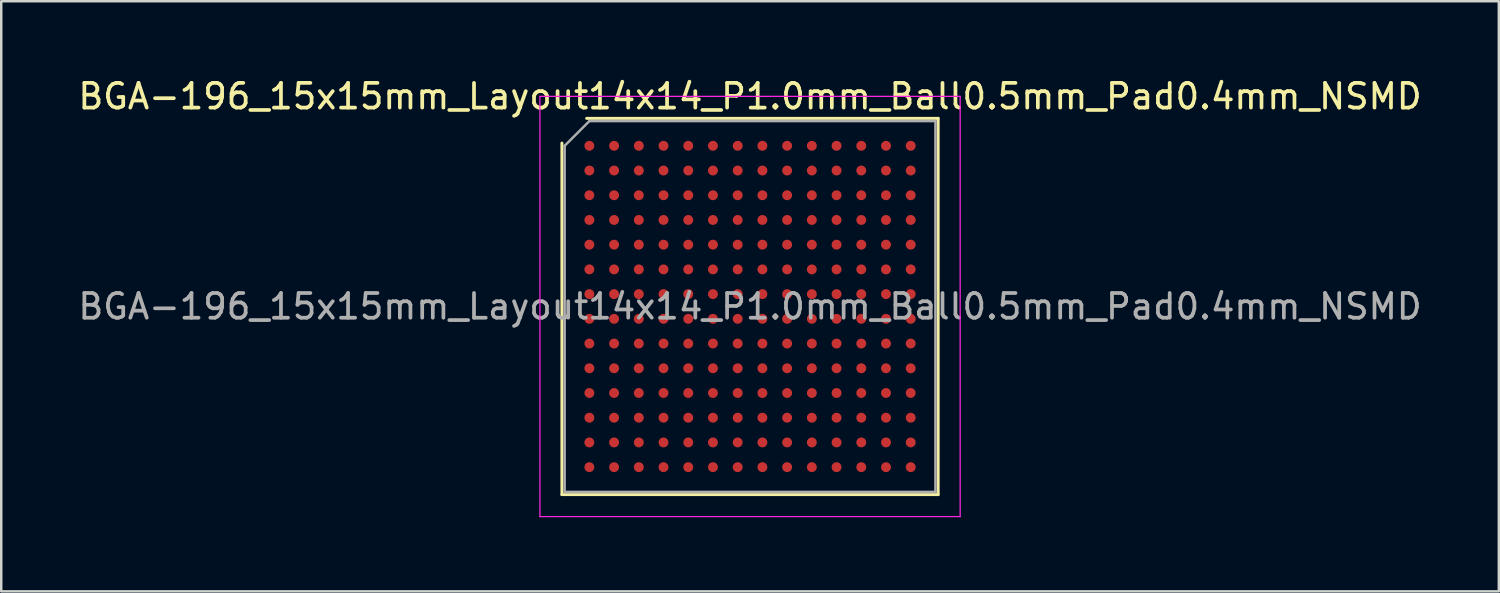
<source format=kicad_pcb>
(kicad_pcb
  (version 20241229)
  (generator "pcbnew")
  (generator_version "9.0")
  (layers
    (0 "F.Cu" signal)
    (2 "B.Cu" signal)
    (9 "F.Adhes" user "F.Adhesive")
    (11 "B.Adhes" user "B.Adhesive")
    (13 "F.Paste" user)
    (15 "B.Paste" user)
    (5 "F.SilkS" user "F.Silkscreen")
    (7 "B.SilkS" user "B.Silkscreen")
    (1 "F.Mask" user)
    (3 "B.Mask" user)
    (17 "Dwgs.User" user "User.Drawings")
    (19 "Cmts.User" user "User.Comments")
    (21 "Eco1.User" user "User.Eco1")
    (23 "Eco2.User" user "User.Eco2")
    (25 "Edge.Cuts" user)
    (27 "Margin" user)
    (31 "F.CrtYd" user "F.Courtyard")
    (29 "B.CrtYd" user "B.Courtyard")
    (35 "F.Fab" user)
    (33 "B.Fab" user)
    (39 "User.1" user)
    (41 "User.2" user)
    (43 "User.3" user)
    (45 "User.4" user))
  (footprint "BGA-196_15x15mm_Layout14x14_P1.0mm_Ball0.5mm_Pad0.4mm_NSMD"
    (layer "F.Cu")
    (at 27.292 9.348)
    (property "Reference" "BGA-196_15x15mm_Layout14x14_P1.0mm_Ball0.5mm_Pad0.4mm_NSMD" (at 0 -8.5 0) (layer "F.SilkS") (effects (font (size 1 1) (thickness 0.15))))
    (attr smd)
    (fp_line (start -7.61 7.61) (end -7.61 -6.61) (stroke (width 0.12) (type solid)) (layer "F.SilkS"))
    (fp_line (start -6.61 -7.61) (end 7.61 -7.61) (stroke (width 0.12) (type solid)) (layer "F.SilkS"))
    (fp_line (start 7.61 -7.61) (end 7.61 7.61) (stroke (width 0.12) (type solid)) (layer "F.SilkS"))
    (fp_line (start 7.61 7.61) (end -7.61 7.61) (stroke (width 0.12) (type solid)) (layer "F.SilkS"))
    (fp_line (start -8.5 -8.5) (end -8.5 8.5) (stroke (width 0.05) (type solid)) (layer "F.CrtYd"))
    (fp_line (start -8.5 8.5) (end 8.5 8.5) (stroke (width 0.05) (type solid)) (layer "F.CrtYd"))
    (fp_line (start 8.5 -8.5) (end -8.5 -8.5) (stroke (width 0.05) (type solid)) (layer "F.CrtYd"))
    (fp_line (start 8.5 8.5) (end 8.5 -8.5) (stroke (width 0.05) (type solid)) (layer "F.CrtYd"))
    (fp_line (start -7.5 -6.5) (end -6.5 -7.5) (stroke (width 0.1) (type solid)) (layer "F.Fab"))
    (fp_line (start -7.5 7.5) (end -7.5 -6.5) (stroke (width 0.1) (type solid)) (layer "F.Fab"))
    (fp_line (start -6.5 -7.5) (end 7.5 -7.5) (stroke (width 0.1) (type solid)) (layer "F.Fab"))
    (fp_line (start 7.5 -7.5) (end 7.5 7.5) (stroke (width 0.1) (type solid)) (layer "F.Fab"))
    (fp_line (start 7.5 7.5) (end -7.5 7.5) (stroke (width 0.1) (type solid)) (layer "F.Fab"))
    (fp_text user "${REFERENCE}" (at 0 0 0) (layer "F.Fab") (effects (font (size 1 1) (thickness 0.15))))
    (pad "A1" smd circle (at -6.5 -6.5) (size 0.4 0.4) (layers "F.Cu" "F.Mask" "F.Paste"))
    (pad "A2" smd circle (at -5.5 -6.5) (size 0.4 0.4) (layers "F.Cu" "F.Mask" "F.Paste"))
    (pad "A3" smd circle (at -4.5 -6.5) (size 0.4 0.4) (layers "F.Cu" "F.Mask" "F.Paste"))
    (pad "A4" smd circle (at -3.5 -6.5) (size 0.4 0.4) (layers "F.Cu" "F.Mask" "F.Paste"))
    (pad "A5" smd circle (at -2.5 -6.5) (size 0.4 0.4) (layers "F.Cu" "F.Mask" "F.Paste"))
    (pad "A6" smd circle (at -1.5 -6.5) (size 0.4 0.4) (layers "F.Cu" "F.Mask" "F.Paste"))
    (pad "A7" smd circle (at -0.5 -6.5) (size 0.4 0.4) (layers "F.Cu" "F.Mask" "F.Paste"))
    (pad "A8" smd circle (at 0.5 -6.5) (size 0.4 0.4) (layers "F.Cu" "F.Mask" "F.Paste"))
    (pad "A9" smd circle (at 1.5 -6.5) (size 0.4 0.4) (layers "F.Cu" "F.Mask" "F.Paste"))
    (pad "A10" smd circle (at 2.5 -6.5) (size 0.4 0.4) (layers "F.Cu" "F.Mask" "F.Paste"))
    (pad "A11" smd circle (at 3.5 -6.5) (size 0.4 0.4) (layers "F.Cu" "F.Mask" "F.Paste"))
    (pad "A12" smd circle (at 4.5 -6.5) (size 0.4 0.4) (layers "F.Cu" "F.Mask" "F.Paste"))
    (pad "A13" smd circle (at 5.5 -6.5) (size 0.4 0.4) (layers "F.Cu" "F.Mask" "F.Paste"))
    (pad "A14" smd circle (at 6.5 -6.5) (size 0.4 0.4) (layers "F.Cu" "F.Mask" "F.Paste"))
    (pad "B1" smd circle (at -6.5 -5.5) (size 0.4 0.4) (layers "F.Cu" "F.Mask" "F.Paste"))
    (pad "B2" smd circle (at -5.5 -5.5) (size 0.4 0.4) (layers "F.Cu" "F.Mask" "F.Paste"))
    (pad "B3" smd circle (at -4.5 -5.5) (size 0.4 0.4) (layers "F.Cu" "F.Mask" "F.Paste"))
    (pad "B4" smd circle (at -3.5 -5.5) (size 0.4 0.4) (layers "F.Cu" "F.Mask" "F.Paste"))
    (pad "B5" smd circle (at -2.5 -5.5) (size 0.4 0.4) (layers "F.Cu" "F.Mask" "F.Paste"))
    (pad "B6" smd circle (at -1.5 -5.5) (size 0.4 0.4) (layers "F.Cu" "F.Mask" "F.Paste"))
    (pad "B7" smd circle (at -0.5 -5.5) (size 0.4 0.4) (layers "F.Cu" "F.Mask" "F.Paste"))
    (pad "B8" smd circle (at 0.5 -5.5) (size 0.4 0.4) (layers "F.Cu" "F.Mask" "F.Paste"))
    (pad "B9" smd circle (at 1.5 -5.5) (size 0.4 0.4) (layers "F.Cu" "F.Mask" "F.Paste"))
    (pad "B10" smd circle (at 2.5 -5.5) (size 0.4 0.4) (layers "F.Cu" "F.Mask" "F.Paste"))
    (pad "B11" smd circle (at 3.5 -5.5) (size 0.4 0.4) (layers "F.Cu" "F.Mask" "F.Paste"))
    (pad "B12" smd circle (at 4.5 -5.5) (size 0.4 0.4) (layers "F.Cu" "F.Mask" "F.Paste"))
    (pad "B13" smd circle (at 5.5 -5.5) (size 0.4 0.4) (layers "F.Cu" "F.Mask" "F.Paste"))
    (pad "B14" smd circle (at 6.5 -5.5) (size 0.4 0.4) (layers "F.Cu" "F.Mask" "F.Paste"))
    (pad "C1" smd circle (at -6.5 -4.5) (size 0.4 0.4) (layers "F.Cu" "F.Mask" "F.Paste"))
    (pad "C2" smd circle (at -5.5 -4.5) (size 0.4 0.4) (layers "F.Cu" "F.Mask" "F.Paste"))
    (pad "C3" smd circle (at -4.5 -4.5) (size 0.4 0.4) (layers "F.Cu" "F.Mask" "F.Paste"))
    (pad "C4" smd circle (at -3.5 -4.5) (size 0.4 0.4) (layers "F.Cu" "F.Mask" "F.Paste"))
    (pad "C5" smd circle (at -2.5 -4.5) (size 0.4 0.4) (layers "F.Cu" "F.Mask" "F.Paste"))
    (pad "C6" smd circle (at -1.5 -4.5) (size 0.4 0.4) (layers "F.Cu" "F.Mask" "F.Paste"))
    (pad "C7" smd circle (at -0.5 -4.5) (size 0.4 0.4) (layers "F.Cu" "F.Mask" "F.Paste"))
    (pad "C8" smd circle (at 0.5 -4.5) (size 0.4 0.4) (layers "F.Cu" "F.Mask" "F.Paste"))
    (pad "C9" smd circle (at 1.5 -4.5) (size 0.4 0.4) (layers "F.Cu" "F.Mask" "F.Paste"))
    (pad "C10" smd circle (at 2.5 -4.5) (size 0.4 0.4) (layers "F.Cu" "F.Mask" "F.Paste"))
    (pad "C11" smd circle (at 3.5 -4.5) (size 0.4 0.4) (layers "F.Cu" "F.Mask" "F.Paste"))
    (pad "C12" smd circle (at 4.5 -4.5) (size 0.4 0.4) (layers "F.Cu" "F.Mask" "F.Paste"))
    (pad "C13" smd circle (at 5.5 -4.5) (size 0.4 0.4) (layers "F.Cu" "F.Mask" "F.Paste"))
    (pad "C14" smd circle (at 6.5 -4.5) (size 0.4 0.4) (layers "F.Cu" "F.Mask" "F.Paste"))
    (pad "D1" smd circle (at -6.5 -3.5) (size 0.4 0.4) (layers "F.Cu" "F.Mask" "F.Paste"))
    (pad "D2" smd circle (at -5.5 -3.5) (size 0.4 0.4) (layers "F.Cu" "F.Mask" "F.Paste"))
    (pad "D3" smd circle (at -4.5 -3.5) (size 0.4 0.4) (layers "F.Cu" "F.Mask" "F.Paste"))
    (pad "D4" smd circle (at -3.5 -3.5) (size 0.4 0.4) (layers "F.Cu" "F.Mask" "F.Paste"))
    (pad "D5" smd circle (at -2.5 -3.5) (size 0.4 0.4) (layers "F.Cu" "F.Mask" "F.Paste"))
    (pad "D6" smd circle (at -1.5 -3.5) (size 0.4 0.4) (layers "F.Cu" "F.Mask" "F.Paste"))
    (pad "D7" smd circle (at -0.5 -3.5) (size 0.4 0.4) (layers "F.Cu" "F.Mask" "F.Paste"))
    (pad "D8" smd circle (at 0.5 -3.5) (size 0.4 0.4) (layers "F.Cu" "F.Mask" "F.Paste"))
    (pad "D9" smd circle (at 1.5 -3.5) (size 0.4 0.4) (layers "F.Cu" "F.Mask" "F.Paste"))
    (pad "D10" smd circle (at 2.5 -3.5) (size 0.4 0.4) (layers "F.Cu" "F.Mask" "F.Paste"))
    (pad "D11" smd circle (at 3.5 -3.5) (size 0.4 0.4) (layers "F.Cu" "F.Mask" "F.Paste"))
    (pad "D12" smd circle (at 4.5 -3.5) (size 0.4 0.4) (layers "F.Cu" "F.Mask" "F.Paste"))
    (pad "D13" smd circle (at 5.5 -3.5) (size 0.4 0.4) (layers "F.Cu" "F.Mask" "F.Paste"))
    (pad "D14" smd circle (at 6.5 -3.5) (size 0.4 0.4) (layers "F.Cu" "F.Mask" "F.Paste"))
    (pad "E1" smd circle (at -6.5 -2.5) (size 0.4 0.4) (layers "F.Cu" "F.Mask" "F.Paste"))
    (pad "E2" smd circle (at -5.5 -2.5) (size 0.4 0.4) (layers "F.Cu" "F.Mask" "F.Paste"))
    (pad "E3" smd circle (at -4.5 -2.5) (size 0.4 0.4) (layers "F.Cu" "F.Mask" "F.Paste"))
    (pad "E4" smd circle (at -3.5 -2.5) (size 0.4 0.4) (layers "F.Cu" "F.Mask" "F.Paste"))
    (pad "E5" smd circle (at -2.5 -2.5) (size 0.4 0.4) (layers "F.Cu" "F.Mask" "F.Paste"))
    (pad "E6" smd circle (at -1.5 -2.5) (size 0.4 0.4) (layers "F.Cu" "F.Mask" "F.Paste"))
    (pad "E7" smd circle (at -0.5 -2.5) (size 0.4 0.4) (layers "F.Cu" "F.Mask" "F.Paste"))
    (pad "E8" smd circle (at 0.5 -2.5) (size 0.4 0.4) (layers "F.Cu" "F.Mask" "F.Paste"))
    (pad "E9" smd circle (at 1.5 -2.5) (size 0.4 0.4) (layers "F.Cu" "F.Mask" "F.Paste"))
    (pad "E10" smd circle (at 2.5 -2.5) (size 0.4 0.4) (layers "F.Cu" "F.Mask" "F.Paste"))
    (pad "E11" smd circle (at 3.5 -2.5) (size 0.4 0.4) (layers "F.Cu" "F.Mask" "F.Paste"))
    (pad "E12" smd circle (at 4.5 -2.5) (size 0.4 0.4) (layers "F.Cu" "F.Mask" "F.Paste"))
    (pad "E13" smd circle (at 5.5 -2.5) (size 0.4 0.4) (layers "F.Cu" "F.Mask" "F.Paste"))
    (pad "E14" smd circle (at 6.5 -2.5) (size 0.4 0.4) (layers "F.Cu" "F.Mask" "F.Paste"))
    (pad "F1" smd circle (at -6.5 -1.5) (size 0.4 0.4) (layers "F.Cu" "F.Mask" "F.Paste"))
    (pad "F2" smd circle (at -5.5 -1.5) (size 0.4 0.4) (layers "F.Cu" "F.Mask" "F.Paste"))
    (pad "F3" smd circle (at -4.5 -1.5) (size 0.4 0.4) (layers "F.Cu" "F.Mask" "F.Paste"))
    (pad "F4" smd circle (at -3.5 -1.5) (size 0.4 0.4) (layers "F.Cu" "F.Mask" "F.Paste"))
    (pad "F5" smd circle (at -2.5 -1.5) (size 0.4 0.4) (layers "F.Cu" "F.Mask" "F.Paste"))
    (pad "F6" smd circle (at -1.5 -1.5) (size 0.4 0.4) (layers "F.Cu" "F.Mask" "F.Paste"))
    (pad "F7" smd circle (at -0.5 -1.5) (size 0.4 0.4) (layers "F.Cu" "F.Mask" "F.Paste"))
    (pad "F8" smd circle (at 0.5 -1.5) (size 0.4 0.4) (layers "F.Cu" "F.Mask" "F.Paste"))
    (pad "F9" smd circle (at 1.5 -1.5) (size 0.4 0.4) (layers "F.Cu" "F.Mask" "F.Paste"))
    (pad "F10" smd circle (at 2.5 -1.5) (size 0.4 0.4) (layers "F.Cu" "F.Mask" "F.Paste"))
    (pad "F11" smd circle (at 3.5 -1.5) (size 0.4 0.4) (layers "F.Cu" "F.Mask" "F.Paste"))
    (pad "F12" smd circle (at 4.5 -1.5) (size 0.4 0.4) (layers "F.Cu" "F.Mask" "F.Paste"))
    (pad "F13" smd circle (at 5.5 -1.5) (size 0.4 0.4) (layers "F.Cu" "F.Mask" "F.Paste"))
    (pad "F14" smd circle (at 6.5 -1.5) (size 0.4 0.4) (layers "F.Cu" "F.Mask" "F.Paste"))
    (pad "G1" smd circle (at -6.5 -0.5) (size 0.4 0.4) (layers "F.Cu" "F.Mask" "F.Paste"))
    (pad "G2" smd circle (at -5.5 -0.5) (size 0.4 0.4) (layers "F.Cu" "F.Mask" "F.Paste"))
    (pad "G3" smd circle (at -4.5 -0.5) (size 0.4 0.4) (layers "F.Cu" "F.Mask" "F.Paste"))
    (pad "G4" smd circle (at -3.5 -0.5) (size 0.4 0.4) (layers "F.Cu" "F.Mask" "F.Paste"))
    (pad "G5" smd circle (at -2.5 -0.5) (size 0.4 0.4) (layers "F.Cu" "F.Mask" "F.Paste"))
    (pad "G6" smd circle (at -1.5 -0.5) (size 0.4 0.4) (layers "F.Cu" "F.Mask" "F.Paste"))
    (pad "G7" smd circle (at -0.5 -0.5) (size 0.4 0.4) (layers "F.Cu" "F.Mask" "F.Paste"))
    (pad "G8" smd circle (at 0.5 -0.5) (size 0.4 0.4) (layers "F.Cu" "F.Mask" "F.Paste"))
    (pad "G9" smd circle (at 1.5 -0.5) (size 0.4 0.4) (layers "F.Cu" "F.Mask" "F.Paste"))
    (pad "G10" smd circle (at 2.5 -0.5) (size 0.4 0.4) (layers "F.Cu" "F.Mask" "F.Paste"))
    (pad "G11" smd circle (at 3.5 -0.5) (size 0.4 0.4) (layers "F.Cu" "F.Mask" "F.Paste"))
    (pad "G12" smd circle (at 4.5 -0.5) (size 0.4 0.4) (layers "F.Cu" "F.Mask" "F.Paste"))
    (pad "G13" smd circle (at 5.5 -0.5) (size 0.4 0.4) (layers "F.Cu" "F.Mask" "F.Paste"))
    (pad "G14" smd circle (at 6.5 -0.5) (size 0.4 0.4) (layers "F.Cu" "F.Mask" "F.Paste"))
    (pad "H1" smd circle (at -6.5 0.5) (size 0.4 0.4) (layers "F.Cu" "F.Mask" "F.Paste"))
    (pad "H2" smd circle (at -5.5 0.5) (size 0.4 0.4) (layers "F.Cu" "F.Mask" "F.Paste"))
    (pad "H3" smd circle (at -4.5 0.5) (size 0.4 0.4) (layers "F.Cu" "F.Mask" "F.Paste"))
    (pad "H4" smd circle (at -3.5 0.5) (size 0.4 0.4) (layers "F.Cu" "F.Mask" "F.Paste"))
    (pad "H5" smd circle (at -2.5 0.5) (size 0.4 0.4) (layers "F.Cu" "F.Mask" "F.Paste"))
    (pad "H6" smd circle (at -1.5 0.5) (size 0.4 0.4) (layers "F.Cu" "F.Mask" "F.Paste"))
    (pad "H7" smd circle (at -0.5 0.5) (size 0.4 0.4) (layers "F.Cu" "F.Mask" "F.Paste"))
    (pad "H8" smd circle (at 0.5 0.5) (size 0.4 0.4) (layers "F.Cu" "F.Mask" "F.Paste"))
    (pad "H9" smd circle (at 1.5 0.5) (size 0.4 0.4) (layers "F.Cu" "F.Mask" "F.Paste"))
    (pad "H10" smd circle (at 2.5 0.5) (size 0.4 0.4) (layers "F.Cu" "F.Mask" "F.Paste"))
    (pad "H11" smd circle (at 3.5 0.5) (size 0.4 0.4) (layers "F.Cu" "F.Mask" "F.Paste"))
    (pad "H12" smd circle (at 4.5 0.5) (size 0.4 0.4) (layers "F.Cu" "F.Mask" "F.Paste"))
    (pad "H13" smd circle (at 5.5 0.5) (size 0.4 0.4) (layers "F.Cu" "F.Mask" "F.Paste"))
    (pad "H14" smd circle (at 6.5 0.5) (size 0.4 0.4) (layers "F.Cu" "F.Mask" "F.Paste"))
    (pad "J1" smd circle (at -6.5 1.5) (size 0.4 0.4) (layers "F.Cu" "F.Mask" "F.Paste"))
    (pad "J2" smd circle (at -5.5 1.5) (size 0.4 0.4) (layers "F.Cu" "F.Mask" "F.Paste"))
    (pad "J3" smd circle (at -4.5 1.5) (size 0.4 0.4) (layers "F.Cu" "F.Mask" "F.Paste"))
    (pad "J4" smd circle (at -3.5 1.5) (size 0.4 0.4) (layers "F.Cu" "F.Mask" "F.Paste"))
    (pad "J5" smd circle (at -2.5 1.5) (size 0.4 0.4) (layers "F.Cu" "F.Mask" "F.Paste"))
    (pad "J6" smd circle (at -1.5 1.5) (size 0.4 0.4) (layers "F.Cu" "F.Mask" "F.Paste"))
    (pad "J7" smd circle (at -0.5 1.5) (size 0.4 0.4) (layers "F.Cu" "F.Mask" "F.Paste"))
    (pad "J8" smd circle (at 0.5 1.5) (size 0.4 0.4) (layers "F.Cu" "F.Mask" "F.Paste"))
    (pad "J9" smd circle (at 1.5 1.5) (size 0.4 0.4) (layers "F.Cu" "F.Mask" "F.Paste"))
    (pad "J10" smd circle (at 2.5 1.5) (size 0.4 0.4) (layers "F.Cu" "F.Mask" "F.Paste"))
    (pad "J11" smd circle (at 3.5 1.5) (size 0.4 0.4) (layers "F.Cu" "F.Mask" "F.Paste"))
    (pad "J12" smd circle (at 4.5 1.5) (size 0.4 0.4) (layers "F.Cu" "F.Mask" "F.Paste"))
    (pad "J13" smd circle (at 5.5 1.5) (size 0.4 0.4) (layers "F.Cu" "F.Mask" "F.Paste"))
    (pad "J14" smd circle (at 6.5 1.5) (size 0.4 0.4) (layers "F.Cu" "F.Mask" "F.Paste"))
    (pad "K1" smd circle (at -6.5 2.5) (size 0.4 0.4) (layers "F.Cu" "F.Mask" "F.Paste"))
    (pad "K2" smd circle (at -5.5 2.5) (size 0.4 0.4) (layers "F.Cu" "F.Mask" "F.Paste"))
    (pad "K3" smd circle (at -4.5 2.5) (size 0.4 0.4) (layers "F.Cu" "F.Mask" "F.Paste"))
    (pad "K4" smd circle (at -3.5 2.5) (size 0.4 0.4) (layers "F.Cu" "F.Mask" "F.Paste"))
    (pad "K5" smd circle (at -2.5 2.5) (size 0.4 0.4) (layers "F.Cu" "F.Mask" "F.Paste"))
    (pad "K6" smd circle (at -1.5 2.5) (size 0.4 0.4) (layers "F.Cu" "F.Mask" "F.Paste"))
    (pad "K7" smd circle (at -0.5 2.5) (size 0.4 0.4) (layers "F.Cu" "F.Mask" "F.Paste"))
    (pad "K8" smd circle (at 0.5 2.5) (size 0.4 0.4) (layers "F.Cu" "F.Mask" "F.Paste"))
    (pad "K9" smd circle (at 1.5 2.5) (size 0.4 0.4) (layers "F.Cu" "F.Mask" "F.Paste"))
    (pad "K10" smd circle (at 2.5 2.5) (size 0.4 0.4) (layers "F.Cu" "F.Mask" "F.Paste"))
    (pad "K11" smd circle (at 3.5 2.5) (size 0.4 0.4) (layers "F.Cu" "F.Mask" "F.Paste"))
    (pad "K12" smd circle (at 4.5 2.5) (size 0.4 0.4) (layers "F.Cu" "F.Mask" "F.Paste"))
    (pad "K13" smd circle (at 5.5 2.5) (size 0.4 0.4) (layers "F.Cu" "F.Mask" "F.Paste"))
    (pad "K14" smd circle (at 6.5 2.5) (size 0.4 0.4) (layers "F.Cu" "F.Mask" "F.Paste"))
    (pad "L1" smd circle (at -6.5 3.5) (size 0.4 0.4) (layers "F.Cu" "F.Mask" "F.Paste"))
    (pad "L2" smd circle (at -5.5 3.5) (size 0.4 0.4) (layers "F.Cu" "F.Mask" "F.Paste"))
    (pad "L3" smd circle (at -4.5 3.5) (size 0.4 0.4) (layers "F.Cu" "F.Mask" "F.Paste"))
    (pad "L4" smd circle (at -3.5 3.5) (size 0.4 0.4) (layers "F.Cu" "F.Mask" "F.Paste"))
    (pad "L5" smd circle (at -2.5 3.5) (size 0.4 0.4) (layers "F.Cu" "F.Mask" "F.Paste"))
    (pad "L6" smd circle (at -1.5 3.5) (size 0.4 0.4) (layers "F.Cu" "F.Mask" "F.Paste"))
    (pad "L7" smd circle (at -0.5 3.5) (size 0.4 0.4) (layers "F.Cu" "F.Mask" "F.Paste"))
    (pad "L8" smd circle (at 0.5 3.5) (size 0.4 0.4) (layers "F.Cu" "F.Mask" "F.Paste"))
    (pad "L9" smd circle (at 1.5 3.5) (size 0.4 0.4) (layers "F.Cu" "F.Mask" "F.Paste"))
    (pad "L10" smd circle (at 2.5 3.5) (size 0.4 0.4) (layers "F.Cu" "F.Mask" "F.Paste"))
    (pad "L11" smd circle (at 3.5 3.5) (size 0.4 0.4) (layers "F.Cu" "F.Mask" "F.Paste"))
    (pad "L12" smd circle (at 4.5 3.5) (size 0.4 0.4) (layers "F.Cu" "F.Mask" "F.Paste"))
    (pad "L13" smd circle (at 5.5 3.5) (size 0.4 0.4) (layers "F.Cu" "F.Mask" "F.Paste"))
    (pad "L14" smd circle (at 6.5 3.5) (size 0.4 0.4) (layers "F.Cu" "F.Mask" "F.Paste"))
    (pad "M1" smd circle (at -6.5 4.5) (size 0.4 0.4) (layers "F.Cu" "F.Mask" "F.Paste"))
    (pad "M2" smd circle (at -5.5 4.5) (size 0.4 0.4) (layers "F.Cu" "F.Mask" "F.Paste"))
    (pad "M3" smd circle (at -4.5 4.5) (size 0.4 0.4) (layers "F.Cu" "F.Mask" "F.Paste"))
    (pad "M4" smd circle (at -3.5 4.5) (size 0.4 0.4) (layers "F.Cu" "F.Mask" "F.Paste"))
    (pad "M5" smd circle (at -2.5 4.5) (size 0.4 0.4) (layers "F.Cu" "F.Mask" "F.Paste"))
    (pad "M6" smd circle (at -1.5 4.5) (size 0.4 0.4) (layers "F.Cu" "F.Mask" "F.Paste"))
    (pad "M7" smd circle (at -0.5 4.5) (size 0.4 0.4) (layers "F.Cu" "F.Mask" "F.Paste"))
    (pad "M8" smd circle (at 0.5 4.5) (size 0.4 0.4) (layers "F.Cu" "F.Mask" "F.Paste"))
    (pad "M9" smd circle (at 1.5 4.5) (size 0.4 0.4) (layers "F.Cu" "F.Mask" "F.Paste"))
    (pad "M10" smd circle (at 2.5 4.5) (size 0.4 0.4) (layers "F.Cu" "F.Mask" "F.Paste"))
    (pad "M11" smd circle (at 3.5 4.5) (size 0.4 0.4) (layers "F.Cu" "F.Mask" "F.Paste"))
    (pad "M12" smd circle (at 4.5 4.5) (size 0.4 0.4) (layers "F.Cu" "F.Mask" "F.Paste"))
    (pad "M13" smd circle (at 5.5 4.5) (size 0.4 0.4) (layers "F.Cu" "F.Mask" "F.Paste"))
    (pad "M14" smd circle (at 6.5 4.5) (size 0.4 0.4) (layers "F.Cu" "F.Mask" "F.Paste"))
    (pad "N1" smd circle (at -6.5 5.5) (size 0.4 0.4) (layers "F.Cu" "F.Mask" "F.Paste"))
    (pad "N2" smd circle (at -5.5 5.5) (size 0.4 0.4) (layers "F.Cu" "F.Mask" "F.Paste"))
    (pad "N3" smd circle (at -4.5 5.5) (size 0.4 0.4) (layers "F.Cu" "F.Mask" "F.Paste"))
    (pad "N4" smd circle (at -3.5 5.5) (size 0.4 0.4) (layers "F.Cu" "F.Mask" "F.Paste"))
    (pad "N5" smd circle (at -2.5 5.5) (size 0.4 0.4) (layers "F.Cu" "F.Mask" "F.Paste"))
    (pad "N6" smd circle (at -1.5 5.5) (size 0.4 0.4) (layers "F.Cu" "F.Mask" "F.Paste"))
    (pad "N7" smd circle (at -0.5 5.5) (size 0.4 0.4) (layers "F.Cu" "F.Mask" "F.Paste"))
    (pad "N8" smd circle (at 0.5 5.5) (size 0.4 0.4) (layers "F.Cu" "F.Mask" "F.Paste"))
    (pad "N9" smd circle (at 1.5 5.5) (size 0.4 0.4) (layers "F.Cu" "F.Mask" "F.Paste"))
    (pad "N10" smd circle (at 2.5 5.5) (size 0.4 0.4) (layers "F.Cu" "F.Mask" "F.Paste"))
    (pad "N11" smd circle (at 3.5 5.5) (size 0.4 0.4) (layers "F.Cu" "F.Mask" "F.Paste"))
    (pad "N12" smd circle (at 4.5 5.5) (size 0.4 0.4) (layers "F.Cu" "F.Mask" "F.Paste"))
    (pad "N13" smd circle (at 5.5 5.5) (size 0.4 0.4) (layers "F.Cu" "F.Mask" "F.Paste"))
    (pad "N14" smd circle (at 6.5 5.5) (size 0.4 0.4) (layers "F.Cu" "F.Mask" "F.Paste"))
    (pad "P1" smd circle (at -6.5 6.5) (size 0.4 0.4) (layers "F.Cu" "F.Mask" "F.Paste"))
    (pad "P2" smd circle (at -5.5 6.5) (size 0.4 0.4) (layers "F.Cu" "F.Mask" "F.Paste"))
    (pad "P3" smd circle (at -4.5 6.5) (size 0.4 0.4) (layers "F.Cu" "F.Mask" "F.Paste"))
    (pad "P4" smd circle (at -3.5 6.5) (size 0.4 0.4) (layers "F.Cu" "F.Mask" "F.Paste"))
    (pad "P5" smd circle (at -2.5 6.5) (size 0.4 0.4) (layers "F.Cu" "F.Mask" "F.Paste"))
    (pad "P6" smd circle (at -1.5 6.5) (size 0.4 0.4) (layers "F.Cu" "F.Mask" "F.Paste"))
    (pad "P7" smd circle (at -0.5 6.5) (size 0.4 0.4) (layers "F.Cu" "F.Mask" "F.Paste"))
    (pad "P8" smd circle (at 0.5 6.5) (size 0.4 0.4) (layers "F.Cu" "F.Mask" "F.Paste"))
    (pad "P9" smd circle (at 1.5 6.5) (size 0.4 0.4) (layers "F.Cu" "F.Mask" "F.Paste"))
    (pad "P10" smd circle (at 2.5 6.5) (size 0.4 0.4) (layers "F.Cu" "F.Mask" "F.Paste"))
    (pad "P11" smd circle (at 3.5 6.5) (size 0.4 0.4) (layers "F.Cu" "F.Mask" "F.Paste"))
    (pad "P12" smd circle (at 4.5 6.5) (size 0.4 0.4) (layers "F.Cu" "F.Mask" "F.Paste"))
    (pad "P13" smd circle (at 5.5 6.5) (size 0.4 0.4) (layers "F.Cu" "F.Mask" "F.Paste"))
    (pad "P14" smd circle (at 6.5 6.5) (size 0.4 0.4) (layers "F.Cu" "F.Mask" "F.Paste")))
  (gr_rect
    (start -3 -3)
    (end 57.583 20.873)
    (stroke (width 0.1) (type default))
    (fill no)
    (layer "Edge.Cuts")))
</source>
